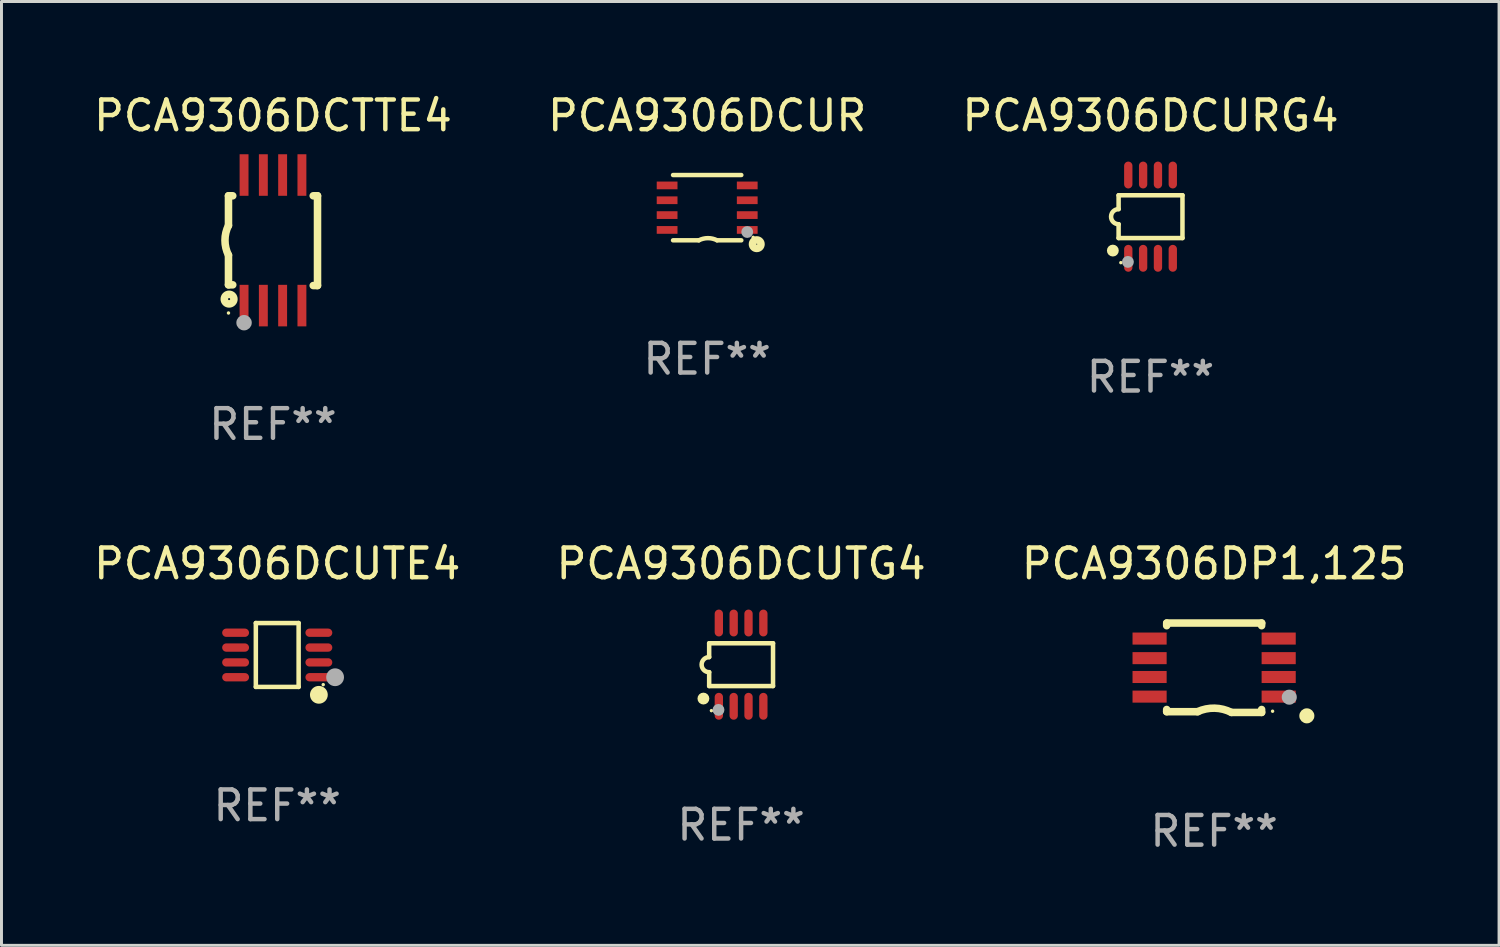
<source format=kicad_pcb>
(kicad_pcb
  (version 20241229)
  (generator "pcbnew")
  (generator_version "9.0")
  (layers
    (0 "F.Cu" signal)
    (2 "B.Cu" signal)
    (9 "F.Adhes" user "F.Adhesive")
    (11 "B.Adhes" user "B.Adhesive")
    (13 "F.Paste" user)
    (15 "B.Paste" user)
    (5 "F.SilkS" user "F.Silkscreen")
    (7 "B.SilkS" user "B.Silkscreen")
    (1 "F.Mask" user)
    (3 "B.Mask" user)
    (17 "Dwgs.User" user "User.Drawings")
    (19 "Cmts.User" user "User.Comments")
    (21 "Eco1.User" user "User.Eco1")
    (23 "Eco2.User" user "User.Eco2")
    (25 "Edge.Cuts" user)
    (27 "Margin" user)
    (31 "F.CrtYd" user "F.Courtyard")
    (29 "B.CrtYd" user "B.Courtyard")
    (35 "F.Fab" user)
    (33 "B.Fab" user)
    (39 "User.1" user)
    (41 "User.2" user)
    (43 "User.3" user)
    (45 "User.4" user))
  (footprint "PCA9306DCUR"
    (layer "F.Cu")
    (at 20.78 3.948)
    (property "Reference" "PCA9306DCUR" (at 0 -3.1 0) (layer "F.SilkS") (effects (font (size 1 1) (thickness 0.15))))
    (attr through_hole)
    (fp_line (start -1.15 -1.1) (end 1.15 -1.1) (stroke (width 0.15) (type solid)) (layer "F.SilkS"))
    (fp_line (start -1.15 1.1) (end -0.282 1.1) (stroke (width 0.15) (type solid)) (layer "F.SilkS"))
    (fp_line (start 1.15 1.1) (end 0.333 1.1) (stroke (width 0.15) (type solid)) (layer "F.SilkS"))
    (fp_arc (start -0.282347 1.1) (mid 0.025115 1.026651) (end 0.332842 1.098883) (stroke (width 0.150013) (type solid)) (layer "F.SilkS"))
    (fp_circle (center 1.55 1) (end 1.58 1) (stroke (width 0.06) (type solid)) (fill no) (layer "F.SilkS"))
    (fp_circle (center 1.67 1.23) (end 1.813 1.23) (stroke (width 0.254) (type solid)) (fill no) (layer "F.SilkS"))
    (fp_circle (center 1.35 0.82) (end 1.45 0.82) (stroke (width 0.2) (type solid)) (fill no) (layer "F.Fab"))
    (fp_text user "REF**" (at 0 5.1 0) (layer "F.Fab") (effects (font (size 1 1) (thickness 0.15))))
    (pad "1" smd rect (at 1.35 0.75) (size 0.7 0.26) (layers "F.Cu" "F.Mask" "F.Paste"))
    (pad "2" smd rect (at 1.35 0.25) (size 0.7 0.26) (layers "F.Cu" "F.Mask" "F.Paste"))
    (pad "3" smd rect (at 1.35 -0.25) (size 0.7 0.26) (layers "F.Cu" "F.Mask" "F.Paste"))
    (pad "4" smd rect (at 1.35 -0.75) (size 0.7 0.26) (layers "F.Cu" "F.Mask" "F.Paste"))
    (pad "5" smd rect (at -1.35 -0.75) (size 0.7 0.26) (layers "F.Cu" "F.Mask" "F.Paste"))
    (pad "6" smd rect (at -1.35 -0.25) (size 0.7 0.26) (layers "F.Cu" "F.Mask" "F.Paste"))
    (pad "7" smd rect (at -1.35 0.25) (size 0.7 0.26) (layers "F.Cu" "F.Mask" "F.Paste"))
    (pad "8" smd rect (at -1.35 0.75) (size 0.7 0.26) (layers "F.Cu" "F.Mask" "F.Paste")))
  (footprint "PCA9306DCUTE4"
    (layer "F.Cu")
    (at 6.292 19.021)
    (property "Reference" "PCA9306DCUTE4" (at 0 -3.076 0) (layer "F.SilkS") (effects (font (size 1 1) (thickness 0.15))))
    (attr through_hole)
    (fp_line (start -0.721 -1.076) (end 0.721 -1.076) (stroke (width 0.152) (type solid)) (layer "F.SilkS"))
    (fp_line (start -0.721 1.076) (end -0.721 -1.076) (stroke (width 0.152) (type solid)) (layer "F.SilkS"))
    (fp_line (start 0.721 -1.076) (end 0.721 1.076) (stroke (width 0.152) (type solid)) (layer "F.SilkS"))
    (fp_line (start 0.721 1.076) (end -0.721 1.076) (stroke (width 0.152) (type solid)) (layer "F.SilkS"))
    (fp_circle (center 1.403 1.342) (end 1.553 1.342) (stroke (width 0.3) (type solid)) (fill no) (layer "F.SilkS"))
    (fp_circle (center 1.55 1) (end 1.58 1) (stroke (width 0.06) (type solid)) (fill no) (layer "F.SilkS"))
    (fp_circle (center 1.95 0.75) (end 2.1 0.75) (stroke (width 0.3) (type solid)) (fill no) (layer "F.Fab"))
    (fp_text user "REF**" (at 0 5.076 0) (layer "F.Fab") (effects (font (size 1 1) (thickness 0.15))))
    (pad "1" smd oval (at 1.403 0.75 90) (size 0.28 0.905) (layers "F.Cu" "F.Mask" "F.Paste"))
    (pad "2" smd oval (at 1.403 0.25 90) (size 0.28 0.905) (layers "F.Cu" "F.Mask" "F.Paste"))
    (pad "3" smd oval (at 1.403 -0.25 90) (size 0.28 0.905) (layers "F.Cu" "F.Mask" "F.Paste"))
    (pad "4" smd oval (at 1.403 -0.75 90) (size 0.28 0.905) (layers "F.Cu" "F.Mask" "F.Paste"))
    (pad "5" smd oval (at -1.403 -0.75 90) (size 0.28 0.905) (layers "F.Cu" "F.Mask" "F.Paste"))
    (pad "6" smd oval (at -1.403 -0.25 90) (size 0.28 0.905) (layers "F.Cu" "F.Mask" "F.Paste"))
    (pad "7" smd oval (at -1.403 0.25 90) (size 0.28 0.905) (layers "F.Cu" "F.Mask" "F.Paste"))
    (pad "8" smd oval (at -1.403 0.75 90) (size 0.28 0.905) (layers "F.Cu" "F.Mask" "F.Paste")))
  (footprint "PCA9306DCUTG4"
    (layer "F.Cu")
    (at 21.923 19.347)
    (property "Reference" "PCA9306DCUTG4" (at 0 -3.403 0) (layer "F.SilkS") (effects (font (size 1 1) (thickness 0.15))))
    (attr through_hole)
    (fp_line (start -1.076 -0.721) (end 1.076 -0.721) (stroke (width 0.152) (type solid)) (layer "F.SilkS"))
    (fp_line (start -1.076 -0.254) (end -1.076 -0.721) (stroke (width 0.152) (type solid)) (layer "F.SilkS"))
    (fp_line (start -1.076 0.254) (end -1.076 0.721) (stroke (width 0.152) (type solid)) (layer "F.SilkS"))
    (fp_line (start 1.076 -0.721) (end 1.076 0.721) (stroke (width 0.152) (type solid)) (layer "F.SilkS"))
    (fp_line (start 1.076 0.721) (end -1.076 0.721) (stroke (width 0.152) (type solid)) (layer "F.SilkS"))
    (fp_arc (start -1.076226 0.254051) (mid -1.330226 0.000051) (end -1.076226 -0.253949) (stroke (width 0.151994) (type solid)) (layer "F.SilkS"))
    (fp_circle (center -1.27 1.143) (end -1.17 1.143) (stroke (width 0.2) (type solid)) (fill no) (layer "F.SilkS"))
    (fp_circle (center -1 1.55) (end -0.97 1.55) (stroke (width 0.06) (type solid)) (fill no) (layer "F.SilkS"))
    (fp_circle (center -0.762 1.524) (end -0.662 1.524) (stroke (width 0.2) (type solid)) (fill no) (layer "F.Fab"))
    (fp_text user "REF**" (at 0 5.403 0) (layer "F.Fab") (effects (font (size 1 1) (thickness 0.15))))
    (pad "1" smd oval (at -0.75 1.403) (size 0.28 0.905) (layers "F.Cu" "F.Mask" "F.Paste"))
    (pad "2" smd oval (at -0.25 1.403) (size 0.28 0.905) (layers "F.Cu" "F.Mask" "F.Paste"))
    (pad "3" smd oval (at 0.25 1.403) (size 0.28 0.905) (layers "F.Cu" "F.Mask" "F.Paste"))
    (pad "4" smd oval (at 0.75 1.403) (size 0.28 0.905) (layers "F.Cu" "F.Mask" "F.Paste"))
    (pad "5" smd oval (at 0.75 -1.403) (size 0.28 0.905) (layers "F.Cu" "F.Mask" "F.Paste"))
    (pad "6" smd oval (at 0.25 -1.403) (size 0.28 0.905) (layers "F.Cu" "F.Mask" "F.Paste"))
    (pad "7" smd oval (at -0.25 -1.403) (size 0.28 0.905) (layers "F.Cu" "F.Mask" "F.Paste"))
    (pad "8" smd oval (at -0.75 -1.403) (size 0.28 0.905) (layers "F.Cu" "F.Mask" "F.Paste")))
  (footprint "PCA9306DCTTE4"
    (layer "F.Cu")
    (at 6.149 5.048)
    (property "Reference" "PCA9306DCTTE4" (at 0 -4.2 0) (layer "F.SilkS") (effects (font (size 1 1) (thickness 0.15))))
    (attr through_hole)
    (fp_line (start -1.5 -1.5) (end -1.5 -0.5) (stroke (width 0.254) (type solid)) (layer "F.SilkS"))
    (fp_line (start -1.5 -1.5) (end -1.356 -1.5) (stroke (width 0.254) (type solid)) (layer "F.SilkS"))
    (fp_line (start -1.5 1.5) (end -1.5 0.5) (stroke (width 0.254) (type solid)) (layer "F.SilkS"))
    (fp_line (start -1.5 1.5) (end -1.356 1.5) (stroke (width 0.254) (type solid)) (layer "F.SilkS"))
    (fp_line (start 1.356 -1.5) (end 1.5 -1.5) (stroke (width 0.254) (type solid)) (layer "F.SilkS"))
    (fp_line (start 1.5 -1.5) (end 1.5 1.524) (stroke (width 0.254) (type solid)) (layer "F.SilkS"))
    (fp_line (start 1.5 1.524) (end 1.356 1.524) (stroke (width 0.254) (type solid)) (layer "F.SilkS"))
    (fp_arc (start -1.500203 0.499137) (mid -1.618067 -0.000468) (end -1.5 -0.500025) (stroke (width 0.254001) (type solid)) (layer "F.SilkS"))
    (fp_circle (center -1.5 2.449) (end -1.47 2.449) (stroke (width 0.06) (type solid)) (fill no) (layer "F.SilkS"))
    (fp_circle (center -1.479 1.981) (end -1.444 1.981) (stroke (width 0.254) (type solid)) (fill no) (layer "F.SilkS"))
    (fp_circle (center -0.975 2.776) (end -0.845 2.776) (stroke (width 0.26) (type solid)) (fill no) (layer "F.Fab"))
    (fp_text user "REF**" (at 0 6.2 0) (layer "F.Fab") (effects (font (size 1 1) (thickness 0.15))))
    (pad "1" smd rect (at -0.975 2.2) (size 0.3 1.4) (layers "F.Cu" "F.Mask" "F.Paste"))
    (pad "2" smd rect (at -0.325 2.2) (size 0.3 1.4) (layers "F.Cu" "F.Mask" "F.Paste"))
    (pad "3" smd rect (at 0.325 2.2) (size 0.3 1.4) (layers "F.Cu" "F.Mask" "F.Paste"))
    (pad "4" smd rect (at 0.975 2.2) (size 0.3 1.4) (layers "F.Cu" "F.Mask" "F.Paste"))
    (pad "5" smd rect (at 0.975 -2.2) (size 0.3 1.4) (layers "F.Cu" "F.Mask" "F.Paste"))
    (pad "6" smd rect (at 0.325 -2.2) (size 0.3 1.4) (layers "F.Cu" "F.Mask" "F.Paste"))
    (pad "7" smd rect (at -0.325 -2.2) (size 0.3 1.4) (layers "F.Cu" "F.Mask" "F.Paste"))
    (pad "8" smd rect (at -0.975 -2.2) (size 0.3 1.4) (layers "F.Cu" "F.Mask" "F.Paste")))
  (footprint "PCA9306DP1,125"
    (layer "F.Cu")
    (at 37.863 19.451)
    (property "Reference" "PCA9306DP1,125" (at 0 -3.506 0) (layer "F.SilkS") (effects (font (size 1 1) (thickness 0.15))))
    (attr through_hole)
    (fp_line (start -1.599 -1.417) (end -1.599 -1.506) (stroke (width 0.254) (type solid)) (layer "F.SilkS"))
    (fp_line (start -1.599 1.481) (end -1.599 1.407) (stroke (width 0.254) (type solid)) (layer "F.SilkS"))
    (fp_line (start -1.599 1.481) (end -0.549 1.481) (stroke (width 0.254) (type solid)) (layer "F.SilkS"))
    (fp_line (start 1.6 -1.417) (end 1.6 -1.506) (stroke (width 0.254) (type solid)) (layer "F.SilkS"))
    (fp_line (start 1.6 1.506) (end 0.584 1.506) (stroke (width 0.254) (type solid)) (layer "F.SilkS"))
    (fp_line (start 1.6 1.506) (end 1.6 1.407) (stroke (width 0.254) (type solid)) (layer "F.SilkS"))
    (fp_line (start 1.603 -1.506) (end -1.595 -1.506) (stroke (width 0.254) (type solid)) (layer "F.SilkS"))
    (fp_arc (start -0.558928 1.480823) (mid 0.015482 1.362634) (end 0.584074 1.506223) (stroke (width 0.254001) (type solid)) (layer "F.SilkS"))
    (fp_circle (center 1.97 1.465) (end 2 1.465) (stroke (width 0.06) (type solid)) (fill no) (layer "F.SilkS"))
    (fp_circle (center 3.124 1.621) (end 3.251 1.621) (stroke (width 0.254) (type solid)) (fill no) (layer "F.SilkS"))
    (fp_circle (center 2.532 0.992) (end 2.659 0.992) (stroke (width 0.254) (type solid)) (fill no) (layer "F.Fab"))
    (fp_text user "REF**" (at 0 5.506 0) (layer "F.Fab") (effects (font (size 1 1) (thickness 0.15))))
    (pad "1" smd rect (at 2.175 0.973 180) (size 1.15 0.406) (layers "F.Cu" "F.Mask" "F.Paste"))
    (pad "2" smd rect (at 2.175 0.312 180) (size 1.15 0.406) (layers "F.Cu" "F.Mask" "F.Paste"))
    (pad "3" smd rect (at 2.175 -0.323 180) (size 1.15 0.406) (layers "F.Cu" "F.Mask" "F.Paste"))
    (pad "4" smd rect (at 2.175 -0.983 180) (size 1.15 0.406) (layers "F.Cu" "F.Mask" "F.Paste"))
    (pad "5" smd rect (at -2.175 -0.983 180) (size 1.15 0.406) (layers "F.Cu" "F.Mask" "F.Paste"))
    (pad "6" smd rect (at -2.175 -0.323 180) (size 1.15 0.406) (layers "F.Cu" "F.Mask" "F.Paste"))
    (pad "7" smd rect (at -2.175 0.312 180) (size 1.15 0.406) (layers "F.Cu" "F.Mask" "F.Paste"))
    (pad "8" smd rect (at -2.175 0.973 180) (size 1.15 0.406) (layers "F.Cu" "F.Mask" "F.Paste")))
  (footprint "PCA9306DCURG4"
    (layer "F.Cu")
    (at 35.72 4.251)
    (property "Reference" "PCA9306DCURG4" (at 0 -3.403 0) (layer "F.SilkS") (effects (font (size 1 1) (thickness 0.15))))
    (attr through_hole)
    (fp_line (start -1.076 -0.721) (end 1.076 -0.721) (stroke (width 0.152) (type solid)) (layer "F.SilkS"))
    (fp_line (start -1.076 -0.254) (end -1.076 -0.721) (stroke (width 0.152) (type solid)) (layer "F.SilkS"))
    (fp_line (start -1.076 0.254) (end -1.076 0.721) (stroke (width 0.152) (type solid)) (layer "F.SilkS"))
    (fp_line (start 1.076 -0.721) (end 1.076 0.721) (stroke (width 0.152) (type solid)) (layer "F.SilkS"))
    (fp_line (start 1.076 0.721) (end -1.076 0.721) (stroke (width 0.152) (type solid)) (layer "F.SilkS"))
    (fp_arc (start -1.076226 0.254051) (mid -1.330226 0.000051) (end -1.076226 -0.253949) (stroke (width 0.151994) (type solid)) (layer "F.SilkS"))
    (fp_circle (center -1.27 1.143) (end -1.17 1.143) (stroke (width 0.2) (type solid)) (fill no) (layer "F.SilkS"))
    (fp_circle (center -1 1.55) (end -0.97 1.55) (stroke (width 0.06) (type solid)) (fill no) (layer "F.SilkS"))
    (fp_circle (center -0.762 1.524) (end -0.662 1.524) (stroke (width 0.2) (type solid)) (fill no) (layer "F.Fab"))
    (fp_text user "REF**" (at 0 5.403 0) (layer "F.Fab") (effects (font (size 1 1) (thickness 0.15))))
    (pad "1" smd oval (at -0.75 1.403) (size 0.28 0.905) (layers "F.Cu" "F.Mask" "F.Paste"))
    (pad "2" smd oval (at -0.25 1.403) (size 0.28 0.905) (layers "F.Cu" "F.Mask" "F.Paste"))
    (pad "3" smd oval (at 0.25 1.403) (size 0.28 0.905) (layers "F.Cu" "F.Mask" "F.Paste"))
    (pad "4" smd oval (at 0.75 1.403) (size 0.28 0.905) (layers "F.Cu" "F.Mask" "F.Paste"))
    (pad "5" smd oval (at 0.75 -1.403) (size 0.28 0.905) (layers "F.Cu" "F.Mask" "F.Paste"))
    (pad "6" smd oval (at 0.25 -1.403) (size 0.28 0.905) (layers "F.Cu" "F.Mask" "F.Paste"))
    (pad "7" smd oval (at -0.25 -1.403) (size 0.28 0.905) (layers "F.Cu" "F.Mask" "F.Paste"))
    (pad "8" smd oval (at -0.75 -1.403) (size 0.28 0.905) (layers "F.Cu" "F.Mask" "F.Paste")))
  (gr_rect
    (start -3 -3)
    (end 47.464 28.805)
    (stroke (width 0.1) (type default))
    (fill no)
    (layer "Edge.Cuts")))
</source>
